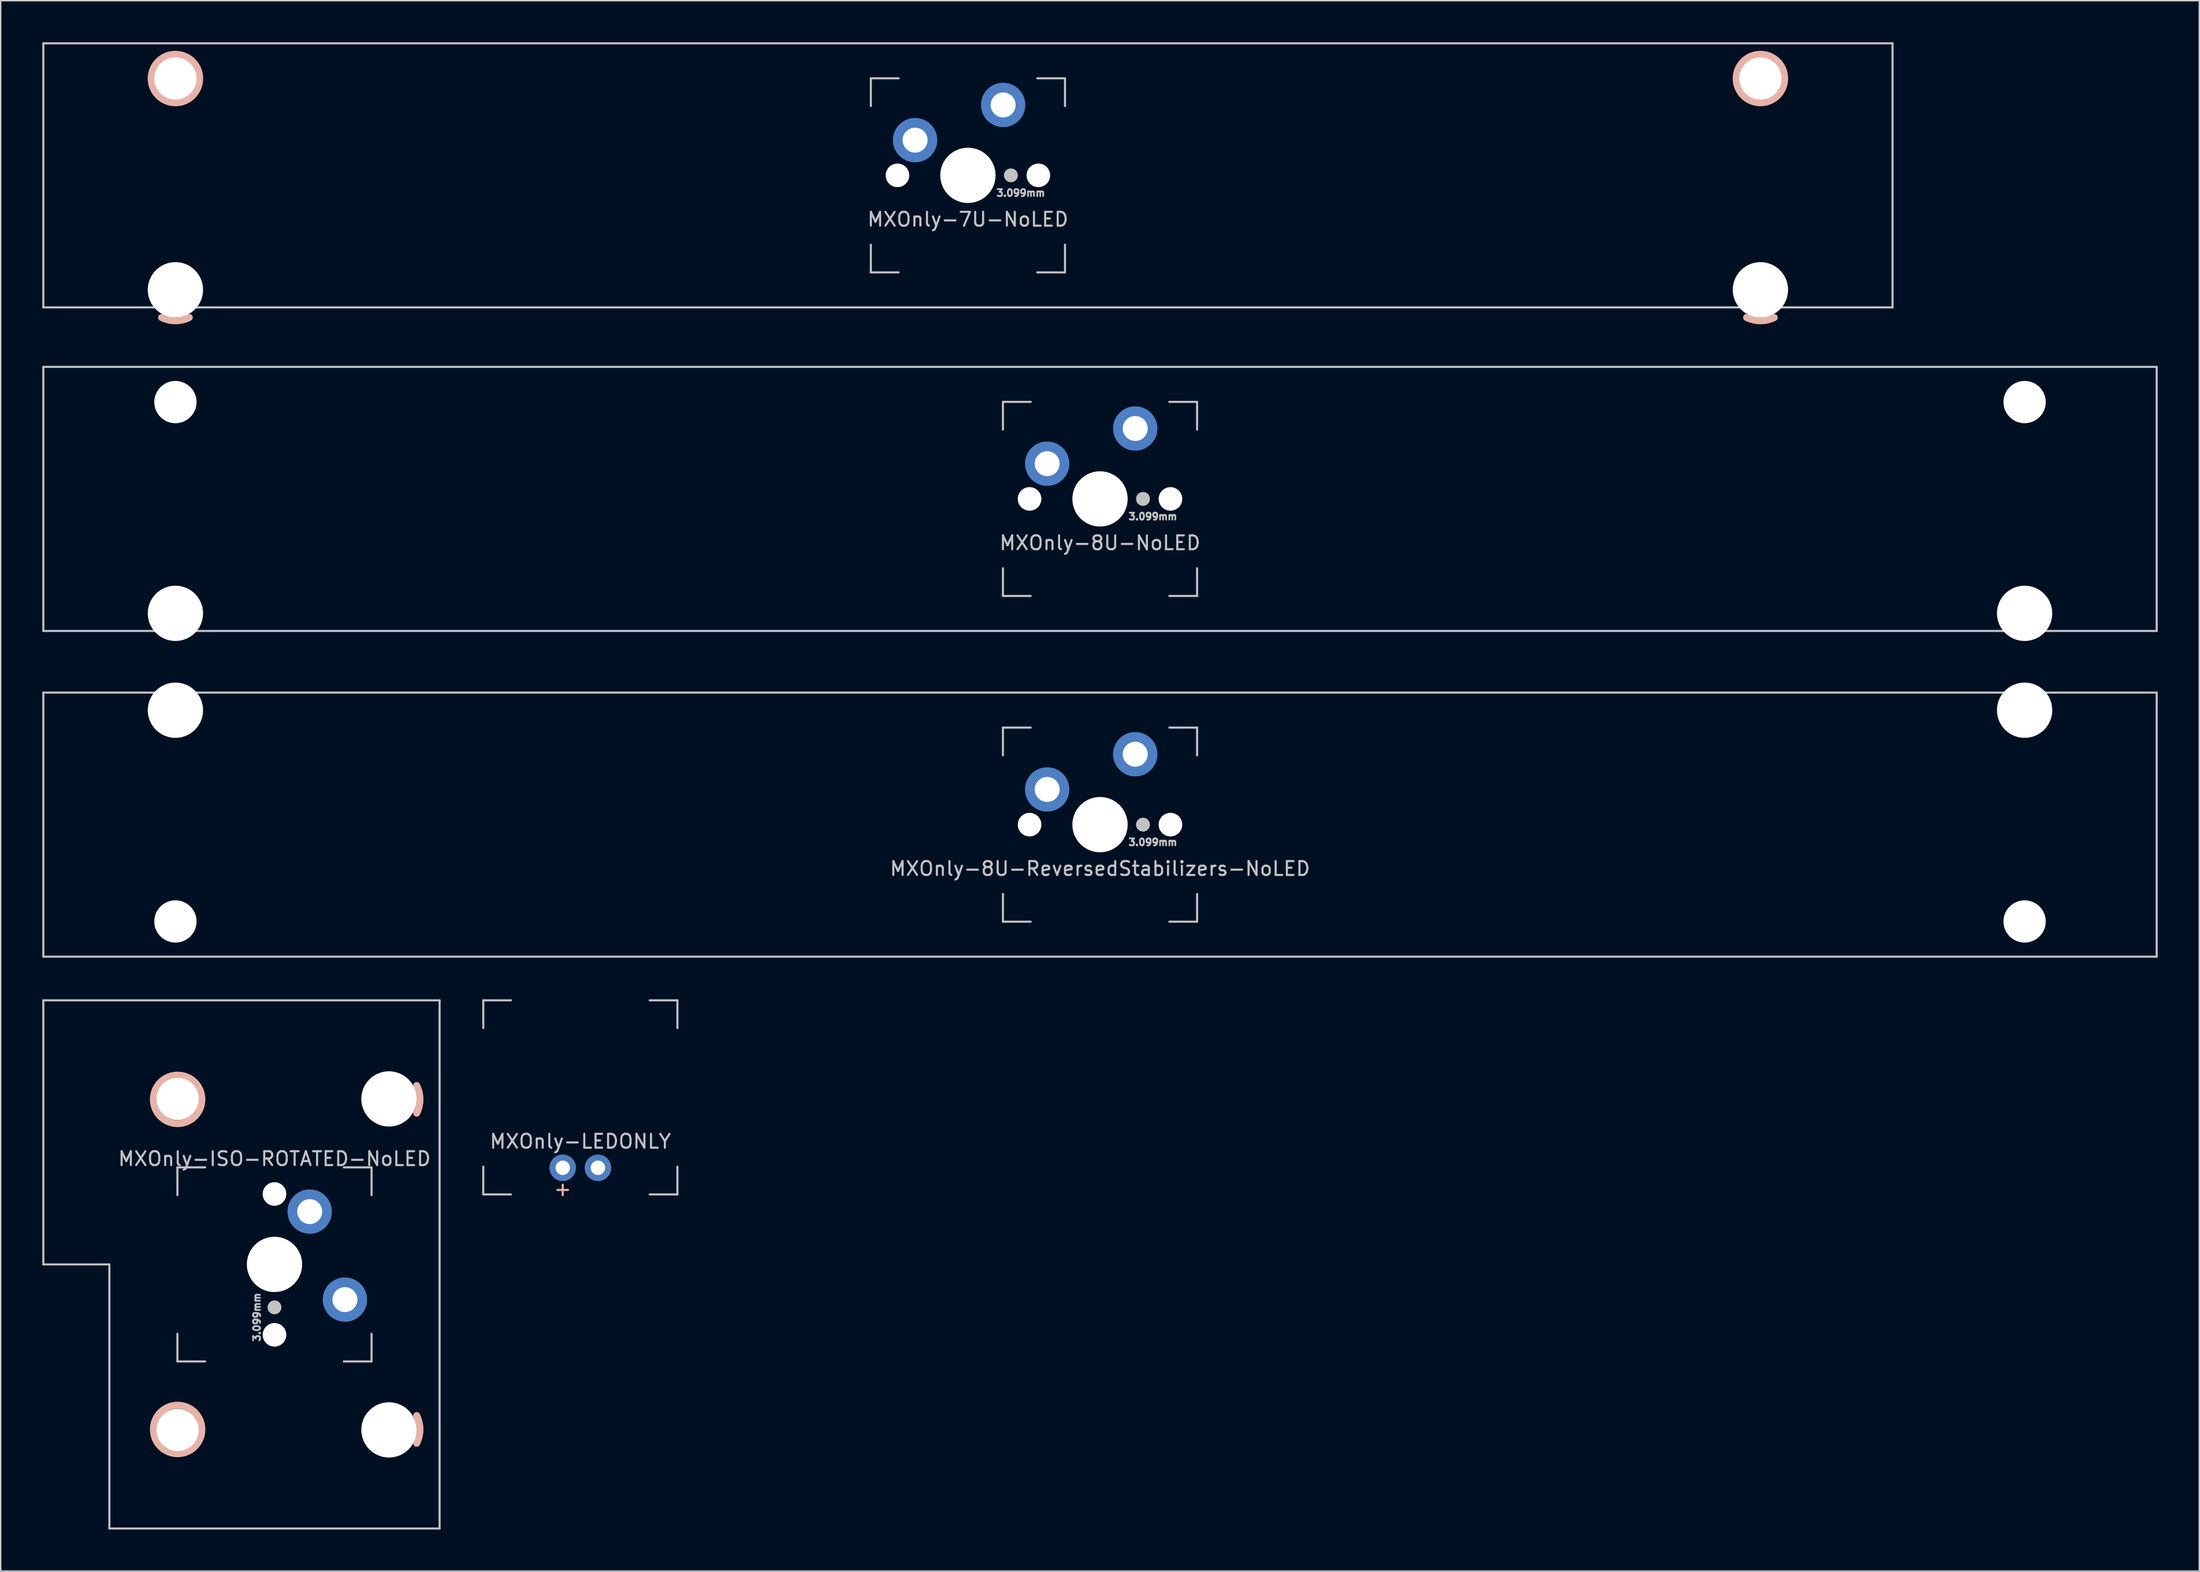
<source format=kicad_pcb>
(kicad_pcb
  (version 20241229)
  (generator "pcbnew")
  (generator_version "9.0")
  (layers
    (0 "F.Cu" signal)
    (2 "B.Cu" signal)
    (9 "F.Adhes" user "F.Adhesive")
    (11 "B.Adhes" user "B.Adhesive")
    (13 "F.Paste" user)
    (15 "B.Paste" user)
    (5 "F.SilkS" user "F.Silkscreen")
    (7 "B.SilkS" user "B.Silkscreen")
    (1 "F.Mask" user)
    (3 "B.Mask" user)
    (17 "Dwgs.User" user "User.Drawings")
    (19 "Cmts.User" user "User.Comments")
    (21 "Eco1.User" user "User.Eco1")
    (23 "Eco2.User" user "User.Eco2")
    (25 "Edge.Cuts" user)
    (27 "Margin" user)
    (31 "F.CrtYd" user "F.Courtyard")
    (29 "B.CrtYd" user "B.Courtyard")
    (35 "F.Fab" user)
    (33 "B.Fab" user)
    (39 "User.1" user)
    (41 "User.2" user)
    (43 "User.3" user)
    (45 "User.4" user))
  (footprint "MXOnly-7U-NoLED"
    (layer "F.Cu")
    (at 66.75 9.6)
    (property "Reference" "MXOnly-7U-NoLED" (at 0 3.175 0) (layer "Dwgs.User") (effects (font (size 1 1) (thickness 0.15))))
    (attr through_hole)
    (fp_arc (start -56.15 10.255) (mid -57.149413 10.491068) (end -58.148949 10.255525) (stroke (width 0.5) (type solid)) (layer "B.SilkS"))
    (fp_arc (start 58.15 10.255) (mid 57.150587 10.491068) (end 56.151051 10.255525) (stroke (width 0.5) (type solid)) (layer "B.SilkS"))
    (fp_circle (center -57.15 -6.985) (end -55.4 -6.985) (stroke (width 0.5) (type solid)) (fill no) (layer "B.SilkS"))
    (fp_circle (center 57.15 -6.985) (end 58.9 -6.985) (stroke (width 0.5) (type solid)) (fill no) (layer "B.SilkS"))
    (fp_line (start -66.675 -9.525) (end 66.675 -9.525) (stroke (width 0.15) (type solid)) (layer "Dwgs.User"))
    (fp_line (start -66.675 9.525) (end -66.675 -9.525) (stroke (width 0.15) (type solid)) (layer "Dwgs.User"))
    (fp_line (start -66.675 9.525) (end 66.675 9.525) (stroke (width 0.15) (type solid)) (layer "Dwgs.User"))
    (fp_line (start -7 -7) (end -7 -5) (stroke (width 0.15) (type solid)) (layer "Dwgs.User"))
    (fp_line (start -7 5) (end -7 7) (stroke (width 0.15) (type solid)) (layer "Dwgs.User"))
    (fp_line (start -7 7) (end -5 7) (stroke (width 0.15) (type solid)) (layer "Dwgs.User"))
    (fp_line (start -5 -7) (end -7 -7) (stroke (width 0.15) (type solid)) (layer "Dwgs.User"))
    (fp_line (start 5 -7) (end 7 -7) (stroke (width 0.15) (type solid)) (layer "Dwgs.User"))
    (fp_line (start 5 7) (end 7 7) (stroke (width 0.15) (type solid)) (layer "Dwgs.User"))
    (fp_line (start 7 -7) (end 7 -5) (stroke (width 0.15) (type solid)) (layer "Dwgs.User"))
    (fp_line (start 7 7) (end 7 5) (stroke (width 0.15) (type solid)) (layer "Dwgs.User"))
    (fp_line (start 66.675 -9.525) (end 66.675 9.525) (stroke (width 0.15) (type solid)) (layer "Dwgs.User"))
    (fp_text user "3.099mm" (at 3.81 1.27 0) (layer "Dwgs.User") (effects (font (size 0.5 0.5) (thickness 0.125))))
    (pad "" np_thru_hole circle (at -57.15 -6.985) (size 3.048 3.048) (drill 3.048) (layers "*.Cu" "*.Mask"))
    (pad "" np_thru_hole circle (at -57.15 8.255) (size 3.988 3.988) (drill 3.988) (layers "*.Cu" "*.Mask"))
    (pad "" np_thru_hole circle (at -5.08 0 48.099) (size 1.7 1.7) (drill 1.7) (layers "*.Cu" "*.Mask"))
    (pad "" smd circle (at -3.81 -2.54) (size 2.8 2.8) (layers "B.Mask"))
    (pad "" np_thru_hole circle (at 0 0) (size 3.988 3.988) (drill 3.988) (layers "*.Cu" "*.Mask"))
    (pad "" smd circle (at 2.54 -5.08) (size 2.8 2.8) (layers "B.Mask"))
    (pad "" smd circle (at 3.099 0) (size 1 1) (layers "Dwgs.User"))
    (pad "" np_thru_hole circle (at 5.08 0 48.099) (size 1.7 1.7) (drill 1.7) (layers "*.Cu" "*.Mask"))
    (pad "" np_thru_hole circle (at 57.15 -6.985) (size 3.048 3.048) (drill 3.048) (layers "*.Cu" "*.Mask"))
    (pad "" np_thru_hole circle (at 57.15 8.255) (size 3.988 3.988) (drill 3.988) (layers "*.Cu" "*.Mask"))
    (pad "1" thru_hole circle (at -3.81 -2.54) (size 2.4 2.4) (drill 1.8) (layers "*.Cu"))
    (pad "1" connect circle (at -3.81 -2.54) (size 3.2 3.2) (layers "B.Cu"))
    (pad "2" thru_hole circle (at 2.54 -5.08) (size 2.4 2.4) (drill 1.8) (layers "*.Cu"))
    (pad "2" connect circle (at 2.54 -5.08) (size 3.2 3.2) (layers "B.Cu")))
  (footprint "MXOnly-LEDONLY"
    (layer "F.Cu")
    (at 38.8 76.114)
    (property "Reference" "MXOnly-LEDONLY" (at 0 3.175 0) (layer "Dwgs.User") (effects (font (size 1 1) (thickness 0.15))))
    (attr through_hole)
    (fp_line (start -7 -7) (end -7 -5) (stroke (width 0.15) (type solid)) (layer "Dwgs.User"))
    (fp_line (start -7 5) (end -7 7) (stroke (width 0.15) (type solid)) (layer "Dwgs.User"))
    (fp_line (start -7 7) (end -5 7) (stroke (width 0.15) (type solid)) (layer "Dwgs.User"))
    (fp_line (start -5 -7) (end -7 -7) (stroke (width 0.15) (type solid)) (layer "Dwgs.User"))
    (fp_line (start 5 -7) (end 7 -7) (stroke (width 0.15) (type solid)) (layer "Dwgs.User"))
    (fp_line (start 5 7) (end 7 7) (stroke (width 0.15) (type solid)) (layer "Dwgs.User"))
    (fp_line (start 7 -7) (end 7 -5) (stroke (width 0.15) (type solid)) (layer "Dwgs.User"))
    (fp_line (start 7 7) (end 7 5) (stroke (width 0.15) (type solid)) (layer "Dwgs.User"))
    (fp_text user "+" (at -1.27 6.604 0) (layer "B.SilkS") (effects (font (size 1 1) (thickness 0.15))))
    (pad "1" thru_hole circle (at 1.27 5.08) (size 1.905 1.905) (drill 1.04) (layers "*.Cu" "B.Mask"))
    (pad "2" thru_hole circle (at -1.27 5.08) (size 1.905 1.905) (drill 1.04) (layers "*.Cu" "B.Mask")))
  (footprint "MXOnly-8U-ReversedStabilizers-NoLED"
    (layer "F.Cu")
    (at 76.275 56.439)
    (property "Reference" "MXOnly-8U-ReversedStabilizers-NoLED" (at 0 3.175 0) (layer "Dwgs.User") (effects (font (size 1 1) (thickness 0.15))))
    (attr through_hole)
    (fp_line (start -76.2 -9.525) (end 76.2 -9.525) (stroke (width 0.15) (type solid)) (layer "Dwgs.User"))
    (fp_line (start -76.2 9.525) (end -76.2 -9.525) (stroke (width 0.15) (type solid)) (layer "Dwgs.User"))
    (fp_line (start -76.2 9.525) (end 76.2 9.525) (stroke (width 0.15) (type solid)) (layer "Dwgs.User"))
    (fp_line (start -7 -7) (end -7 -5) (stroke (width 0.15) (type solid)) (layer "Dwgs.User"))
    (fp_line (start -7 5) (end -7 7) (stroke (width 0.15) (type solid)) (layer "Dwgs.User"))
    (fp_line (start -7 7) (end -5 7) (stroke (width 0.15) (type solid)) (layer "Dwgs.User"))
    (fp_line (start -5 -7) (end -7 -7) (stroke (width 0.15) (type solid)) (layer "Dwgs.User"))
    (fp_line (start 5 -7) (end 7 -7) (stroke (width 0.15) (type solid)) (layer "Dwgs.User"))
    (fp_line (start 5 7) (end 7 7) (stroke (width 0.15) (type solid)) (layer "Dwgs.User"))
    (fp_line (start 7 -7) (end 7 -5) (stroke (width 0.15) (type solid)) (layer "Dwgs.User"))
    (fp_line (start 7 7) (end 7 5) (stroke (width 0.15) (type solid)) (layer "Dwgs.User"))
    (fp_line (start 76.2 -9.525) (end 76.2 9.525) (stroke (width 0.15) (type solid)) (layer "Dwgs.User"))
    (fp_text user "3.099mm" (at 3.81 1.27 0) (layer "Dwgs.User") (effects (font (size 0.5 0.5) (thickness 0.125))))
    (pad "" np_thru_hole circle (at -66.675 -8.255) (size 3.988 3.988) (drill 3.988) (layers "*.Cu" "*.Mask"))
    (pad "" np_thru_hole circle (at -66.675 6.985) (size 3.048 3.048) (drill 3.048) (layers "*.Cu" "*.Mask"))
    (pad "" np_thru_hole circle (at -5.08 0 48.099) (size 1.7 1.7) (drill 1.7) (layers "*.Cu" "*.Mask"))
    (pad "" smd circle (at -3.81 -2.54) (size 2.8 2.8) (layers "B.Mask"))
    (pad "" np_thru_hole circle (at 0 0) (size 3.988 3.988) (drill 3.988) (layers "*.Cu" "*.Mask"))
    (pad "" smd circle (at 2.54 -5.08) (size 2.8 2.8) (layers "B.Mask"))
    (pad "" smd circle (at 3.099 0) (size 1 1) (layers "Dwgs.User"))
    (pad "" np_thru_hole circle (at 5.08 0 48.099) (size 1.7 1.7) (drill 1.7) (layers "*.Cu" "*.Mask"))
    (pad "" np_thru_hole circle (at 66.675 -8.255) (size 3.988 3.988) (drill 3.988) (layers "*.Cu" "*.Mask"))
    (pad "" np_thru_hole circle (at 66.675 6.985) (size 3.048 3.048) (drill 3.048) (layers "*.Cu" "*.Mask"))
    (pad "1" thru_hole circle (at -3.81 -2.54) (size 2.4 2.4) (drill 1.8) (layers "*.Cu"))
    (pad "1" connect circle (at -3.81 -2.54) (size 3.2 3.2) (layers "B.Cu"))
    (pad "2" thru_hole circle (at 2.54 -5.08) (size 2.4 2.4) (drill 1.8) (layers "*.Cu"))
    (pad "2" connect circle (at 2.54 -5.08) (size 3.2 3.2) (layers "B.Cu")))
  (footprint "MXOnly-ISO-ROTATED-NoLED"
    (layer "F.Cu")
    (at 16.744 88.164)
    (property "Reference" "MXOnly-ISO-ROTATED-NoLED" (at 0 -7.62 180) (layer "Dwgs.User") (effects (font (size 1 1) (thickness 0.15))))
    (attr through_hole)
    (fp_arc (start 10.255 -12.90625) (mid 10.491068 -11.906837) (end 10.255525 -10.907301) (stroke (width 0.5) (type solid)) (layer "B.SilkS"))
    (fp_arc (start 10.255 10.90625) (mid 10.491068 11.905663) (end 10.255525 12.905199) (stroke (width 0.5) (type solid)) (layer "B.SilkS"))
    (fp_circle (center -6.985 -11.906) (end -6.985 -13.656) (stroke (width 0.5) (type solid)) (fill no) (layer "B.SilkS"))
    (fp_circle (center -6.985 11.906) (end -6.985 10.156) (stroke (width 0.5) (type solid)) (fill no) (layer "B.SilkS"))
    (fp_line (start -16.669 -19.05) (end -16.669 0) (stroke (width 0.15) (type solid)) (layer "Dwgs.User"))
    (fp_line (start -16.669 -19.05) (end 11.906 -19.05) (stroke (width 0.15) (type solid)) (layer "Dwgs.User"))
    (fp_line (start -11.906 0) (end -16.669 0) (stroke (width 0.15) (type solid)) (layer "Dwgs.User"))
    (fp_line (start -11.906 19.05) (end -11.906 0) (stroke (width 0.15) (type solid)) (layer "Dwgs.User"))
    (fp_line (start -11.906 19.05) (end 11.906 19.05) (stroke (width 0.15) (type solid)) (layer "Dwgs.User"))
    (fp_line (start -7 -7) (end -7 -5) (stroke (width 0.15) (type solid)) (layer "Dwgs.User"))
    (fp_line (start -7 5) (end -7 7) (stroke (width 0.15) (type solid)) (layer "Dwgs.User"))
    (fp_line (start -7 7) (end -5 7) (stroke (width 0.15) (type solid)) (layer "Dwgs.User"))
    (fp_line (start -5 -7) (end -7 -7) (stroke (width 0.15) (type solid)) (layer "Dwgs.User"))
    (fp_line (start 7 -7) (end 5 -7) (stroke (width 0.15) (type solid)) (layer "Dwgs.User"))
    (fp_line (start 7 -5) (end 7 -7) (stroke (width 0.15) (type solid)) (layer "Dwgs.User"))
    (fp_line (start 7 5) (end 7 7) (stroke (width 0.15) (type solid)) (layer "Dwgs.User"))
    (fp_line (start 7 7) (end 5 7) (stroke (width 0.15) (type solid)) (layer "Dwgs.User"))
    (fp_line (start 11.906 -19.05) (end 11.906 19.05) (stroke (width 0.15) (type solid)) (layer "Dwgs.User"))
    (fp_text user "3.099mm" (at -1.27 3.81 270) (layer "Dwgs.User") (effects (font (size 0.5 0.5) (thickness 0.125))))
    (pad "" np_thru_hole circle (at -6.985 -11.938 180) (size 3.048 3.048) (drill 3.048) (layers "*.Cu" "*.Mask"))
    (pad "" np_thru_hole circle (at -6.985 11.938 180) (size 3.048 3.048) (drill 3.048) (layers "*.Cu" "*.Mask"))
    (pad "" np_thru_hole circle (at 0 -5.08 318.099) (size 1.7 1.7) (drill 1.7) (layers "*.Cu" "*.Mask"))
    (pad "" np_thru_hole circle (at 0 0 270) (size 3.988 3.988) (drill 3.988) (layers "*.Cu" "*.Mask"))
    (pad "" smd circle (at 0 3.099 270) (size 1 1) (layers "Dwgs.User"))
    (pad "" np_thru_hole circle (at 0 5.08 318.099) (size 1.7 1.7) (drill 1.7) (layers "*.Cu" "*.Mask"))
    (pad "" smd circle (at 2.54 -3.81 270) (size 2.8 2.8) (layers "B.Mask"))
    (pad "" smd circle (at 5.08 2.54 270) (size 2.8 2.8) (layers "B.Mask"))
    (pad "" np_thru_hole circle (at 8.255 -11.938 180) (size 3.988 3.988) (drill 3.988) (layers "*.Cu" "*.Mask"))
    (pad "" np_thru_hole circle (at 8.255 11.938 180) (size 3.988 3.988) (drill 3.988) (layers "*.Cu" "*.Mask"))
    (pad "1" thru_hole circle (at 2.54 -3.81 270) (size 2.4 2.4) (drill 1.8) (layers "*.Cu"))
    (pad "1" connect circle (at 2.54 -3.81 270) (size 3.2 3.2) (layers "B.Cu"))
    (pad "2" thru_hole circle (at 5.08 2.54 270) (size 2.4 2.4) (drill 1.8) (layers "*.Cu"))
    (pad "2" connect circle (at 5.08 2.54 270) (size 3.2 3.2) (layers "B.Cu")))
  (footprint "MXOnly-8U-NoLED"
    (layer "F.Cu")
    (at 76.275 32.941)
    (property "Reference" "MXOnly-8U-NoLED" (at 0 3.175 0) (layer "Dwgs.User") (effects (font (size 1 1) (thickness 0.15))))
    (attr through_hole)
    (fp_line (start -76.2 -9.525) (end 76.2 -9.525) (stroke (width 0.15) (type solid)) (layer "Dwgs.User"))
    (fp_line (start -76.2 9.525) (end -76.2 -9.525) (stroke (width 0.15) (type solid)) (layer "Dwgs.User"))
    (fp_line (start -76.2 9.525) (end 76.2 9.525) (stroke (width 0.15) (type solid)) (layer "Dwgs.User"))
    (fp_line (start -7 -7) (end -7 -5) (stroke (width 0.15) (type solid)) (layer "Dwgs.User"))
    (fp_line (start -7 5) (end -7 7) (stroke (width 0.15) (type solid)) (layer "Dwgs.User"))
    (fp_line (start -7 7) (end -5 7) (stroke (width 0.15) (type solid)) (layer "Dwgs.User"))
    (fp_line (start -5 -7) (end -7 -7) (stroke (width 0.15) (type solid)) (layer "Dwgs.User"))
    (fp_line (start 5 -7) (end 7 -7) (stroke (width 0.15) (type solid)) (layer "Dwgs.User"))
    (fp_line (start 5 7) (end 7 7) (stroke (width 0.15) (type solid)) (layer "Dwgs.User"))
    (fp_line (start 7 -7) (end 7 -5) (stroke (width 0.15) (type solid)) (layer "Dwgs.User"))
    (fp_line (start 7 7) (end 7 5) (stroke (width 0.15) (type solid)) (layer "Dwgs.User"))
    (fp_line (start 76.2 -9.525) (end 76.2 9.525) (stroke (width 0.15) (type solid)) (layer "Dwgs.User"))
    (fp_text user "3.099mm" (at 3.81 1.27 0) (layer "Dwgs.User") (effects (font (size 0.5 0.5) (thickness 0.125))))
    (pad "" np_thru_hole circle (at -66.675 -6.985) (size 3.048 3.048) (drill 3.048) (layers "*.Cu" "*.Mask"))
    (pad "" np_thru_hole circle (at -66.675 8.255) (size 3.988 3.988) (drill 3.988) (layers "*.Cu" "*.Mask"))
    (pad "" np_thru_hole circle (at -5.08 0 48.099) (size 1.7 1.7) (drill 1.7) (layers "*.Cu" "*.Mask"))
    (pad "" smd circle (at -3.81 -2.54) (size 2.8 2.8) (layers "B.Mask"))
    (pad "" np_thru_hole circle (at 0 0) (size 3.988 3.988) (drill 3.988) (layers "*.Cu" "*.Mask"))
    (pad "" smd circle (at 2.54 -5.08) (size 2.8 2.8) (layers "B.Mask"))
    (pad "" smd circle (at 3.099 0) (size 1 1) (layers "Dwgs.User"))
    (pad "" np_thru_hole circle (at 5.08 0 48.099) (size 1.7 1.7) (drill 1.7) (layers "*.Cu" "*.Mask"))
    (pad "" np_thru_hole circle (at 66.675 -6.985) (size 3.048 3.048) (drill 3.048) (layers "*.Cu" "*.Mask"))
    (pad "" np_thru_hole circle (at 66.675 8.255) (size 3.988 3.988) (drill 3.988) (layers "*.Cu" "*.Mask"))
    (pad "1" thru_hole circle (at -3.81 -2.54) (size 2.4 2.4) (drill 1.8) (layers "*.Cu"))
    (pad "1" connect circle (at -3.81 -2.54) (size 3.2 3.2) (layers "B.Cu"))
    (pad "2" thru_hole circle (at 2.54 -5.08) (size 2.4 2.4) (drill 1.8) (layers "*.Cu"))
    (pad "2" connect circle (at 2.54 -5.08) (size 3.2 3.2) (layers "B.Cu")))
  (gr_rect
    (start -3 -3)
    (end 155.55 110.289)
    (stroke (width 0.1) (type default))
    (fill no)
    (layer "Edge.Cuts")))
</source>
